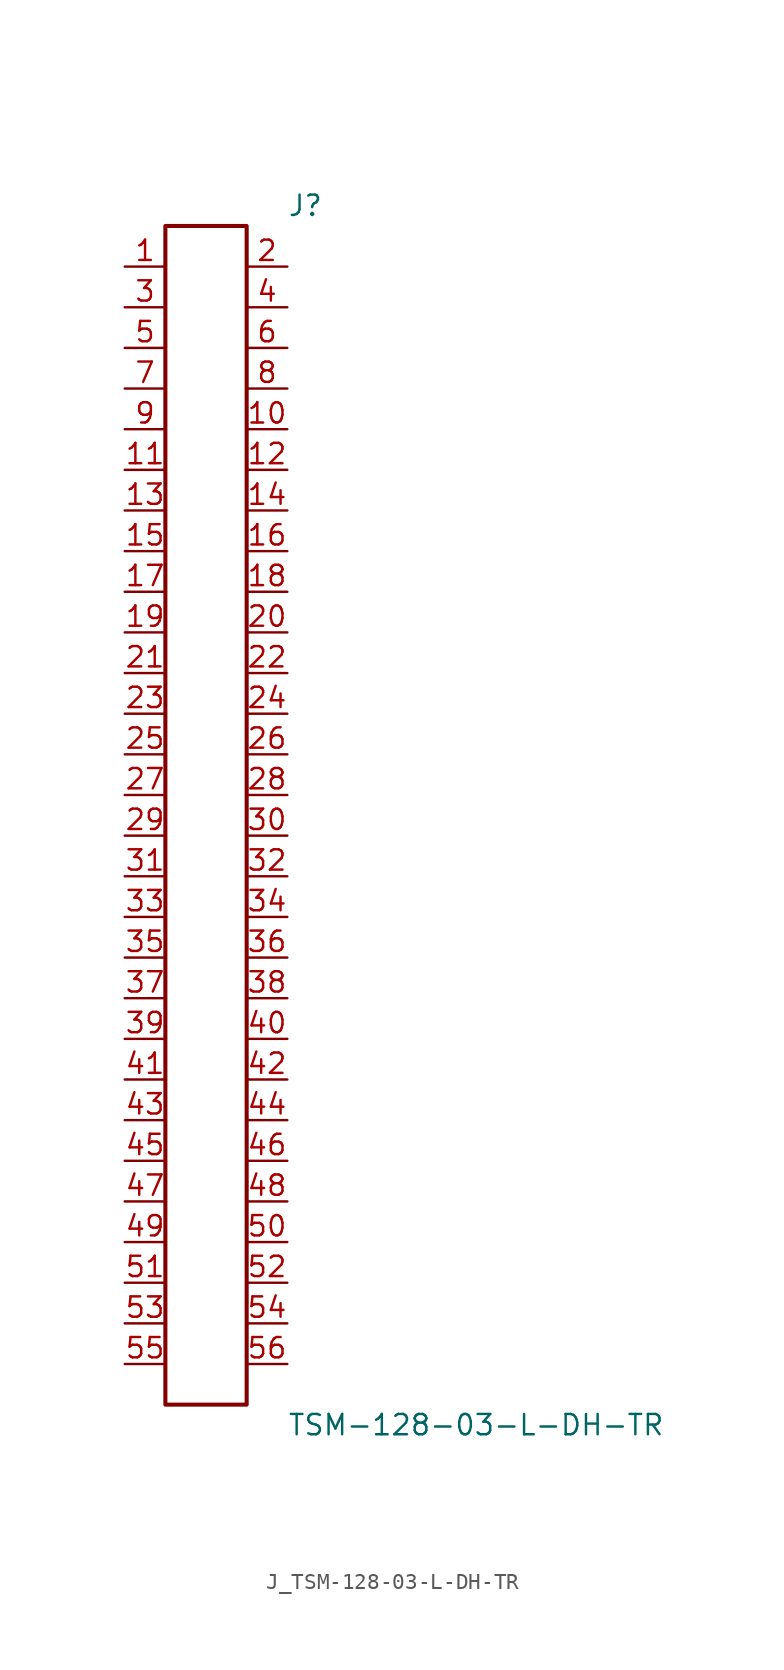
<source format=kicad_sym>
(kicad_symbol_lib
  (version 20231120)
  (generator kicad_symbol_editor)
  (generator_version 8.0)
  (symbol "J_TSM-128-03-L-DH-TR"
    (pin_names
      (offset 0.254))
    (property "Reference" "J"
      (at 5.08 38.1 0)
      (effects (font (size 1.27 1.27)) (justify left)))
    (property "Value" "TSM-128-03-L-DH-TR"
      (at 5.08 -38.1 0)
      (effects (font (size 1.27 1.27)) (justify left)))
    (symbol "J_TSM-128-03-L-DH-TR_0_0"
      (pin passive line (at -5.08 34.29 0) (length 2.54) (name "" (effects (font (size 1.27 1.27)))) (number "1" (effects (font (size 1.27 1.27)))))
      (pin passive line (at 5.08 34.29 180) (length 2.54) (name "" (effects (font (size 1.27 1.27)))) (number "2" (effects (font (size 1.27 1.27)))))
      (pin passive line (at -5.08 31.75 0) (length 2.54) (name "" (effects (font (size 1.27 1.27)))) (number "3" (effects (font (size 1.27 1.27)))))
      (pin passive line (at 5.08 31.75 180) (length 2.54) (name "" (effects (font (size 1.27 1.27)))) (number "4" (effects (font (size 1.27 1.27)))))
      (pin passive line (at -5.08 29.21 0) (length 2.54) (name "" (effects (font (size 1.27 1.27)))) (number "5" (effects (font (size 1.27 1.27)))))
      (pin passive line (at 5.08 29.21 180) (length 2.54) (name "" (effects (font (size 1.27 1.27)))) (number "6" (effects (font (size 1.27 1.27)))))
      (pin passive line (at -5.08 26.67 0) (length 2.54) (name "" (effects (font (size 1.27 1.27)))) (number "7" (effects (font (size 1.27 1.27)))))
      (pin passive line (at 5.08 26.67 180) (length 2.54) (name "" (effects (font (size 1.27 1.27)))) (number "8" (effects (font (size 1.27 1.27)))))
      (pin passive line (at -5.08 24.13 0) (length 2.54) (name "" (effects (font (size 1.27 1.27)))) (number "9" (effects (font (size 1.27 1.27)))))
      (pin passive line (at 5.08 24.13 180) (length 2.54) (name "" (effects (font (size 1.27 1.27)))) (number "10" (effects (font (size 1.27 1.27)))))
      (pin passive line (at -5.08 21.59 0) (length 2.54) (name "" (effects (font (size 1.27 1.27)))) (number "11" (effects (font (size 1.27 1.27)))))
      (pin passive line (at 5.08 21.59 180) (length 2.54) (name "" (effects (font (size 1.27 1.27)))) (number "12" (effects (font (size 1.27 1.27)))))
      (pin passive line (at -5.08 19.05 0) (length 2.54) (name "" (effects (font (size 1.27 1.27)))) (number "13" (effects (font (size 1.27 1.27)))))
      (pin passive line (at 5.08 19.05 180) (length 2.54) (name "" (effects (font (size 1.27 1.27)))) (number "14" (effects (font (size 1.27 1.27)))))
      (pin passive line (at -5.08 16.51 0) (length 2.54) (name "" (effects (font (size 1.27 1.27)))) (number "15" (effects (font (size 1.27 1.27)))))
      (pin passive line (at 5.08 16.51 180) (length 2.54) (name "" (effects (font (size 1.27 1.27)))) (number "16" (effects (font (size 1.27 1.27)))))
      (pin passive line (at -5.08 13.97 0) (length 2.54) (name "" (effects (font (size 1.27 1.27)))) (number "17" (effects (font (size 1.27 1.27)))))
      (pin passive line (at 5.08 13.97 180) (length 2.54) (name "" (effects (font (size 1.27 1.27)))) (number "18" (effects (font (size 1.27 1.27)))))
      (pin passive line (at -5.08 11.43 0) (length 2.54) (name "" (effects (font (size 1.27 1.27)))) (number "19" (effects (font (size 1.27 1.27)))))
      (pin passive line (at 5.08 11.43 180) (length 2.54) (name "" (effects (font (size 1.27 1.27)))) (number "20" (effects (font (size 1.27 1.27)))))
      (pin passive line (at -5.08 8.89 0) (length 2.54) (name "" (effects (font (size 1.27 1.27)))) (number "21" (effects (font (size 1.27 1.27)))))
      (pin passive line (at 5.08 8.89 180) (length 2.54) (name "" (effects (font (size 1.27 1.27)))) (number "22" (effects (font (size 1.27 1.27)))))
      (pin passive line (at -5.08 6.35 0) (length 2.54) (name "" (effects (font (size 1.27 1.27)))) (number "23" (effects (font (size 1.27 1.27)))))
      (pin passive line (at 5.08 6.35 180) (length 2.54) (name "" (effects (font (size 1.27 1.27)))) (number "24" (effects (font (size 1.27 1.27)))))
      (pin passive line (at -5.08 3.81 0) (length 2.54) (name "" (effects (font (size 1.27 1.27)))) (number "25" (effects (font (size 1.27 1.27)))))
      (pin passive line (at 5.08 3.81 180) (length 2.54) (name "" (effects (font (size 1.27 1.27)))) (number "26" (effects (font (size 1.27 1.27)))))
      (pin passive line (at -5.08 1.27 0) (length 2.54) (name "" (effects (font (size 1.27 1.27)))) (number "27" (effects (font (size 1.27 1.27)))))
      (pin passive line (at 5.08 1.27 180) (length 2.54) (name "" (effects (font (size 1.27 1.27)))) (number "28" (effects (font (size 1.27 1.27)))))
      (pin passive line (at -5.08 -1.27 0) (length 2.54) (name "" (effects (font (size 1.27 1.27)))) (number "29" (effects (font (size 1.27 1.27)))))
      (pin passive line (at 5.08 -1.27 180) (length 2.54) (name "" (effects (font (size 1.27 1.27)))) (number "30" (effects (font (size 1.27 1.27)))))
      (pin passive line (at -5.08 -3.81 0) (length 2.54) (name "" (effects (font (size 1.27 1.27)))) (number "31" (effects (font (size 1.27 1.27)))))
      (pin passive line (at 5.08 -3.81 180) (length 2.54) (name "" (effects (font (size 1.27 1.27)))) (number "32" (effects (font (size 1.27 1.27)))))
      (pin passive line (at -5.08 -6.35 0) (length 2.54) (name "" (effects (font (size 1.27 1.27)))) (number "33" (effects (font (size 1.27 1.27)))))
      (pin passive line (at 5.08 -6.35 180) (length 2.54) (name "" (effects (font (size 1.27 1.27)))) (number "34" (effects (font (size 1.27 1.27)))))
      (pin passive line (at -5.08 -8.89 0) (length 2.54) (name "" (effects (font (size 1.27 1.27)))) (number "35" (effects (font (size 1.27 1.27)))))
      (pin passive line (at 5.08 -8.89 180) (length 2.54) (name "" (effects (font (size 1.27 1.27)))) (number "36" (effects (font (size 1.27 1.27)))))
      (pin passive line (at -5.08 -11.43 0) (length 2.54) (name "" (effects (font (size 1.27 1.27)))) (number "37" (effects (font (size 1.27 1.27)))))
      (pin passive line (at 5.08 -11.43 180) (length 2.54) (name "" (effects (font (size 1.27 1.27)))) (number "38" (effects (font (size 1.27 1.27)))))
      (pin passive line (at -5.08 -13.97 0) (length 2.54) (name "" (effects (font (size 1.27 1.27)))) (number "39" (effects (font (size 1.27 1.27)))))
      (pin passive line (at 5.08 -13.97 180) (length 2.54) (name "" (effects (font (size 1.27 1.27)))) (number "40" (effects (font (size 1.27 1.27)))))
      (pin passive line (at -5.08 -16.51 0) (length 2.54) (name "" (effects (font (size 1.27 1.27)))) (number "41" (effects (font (size 1.27 1.27)))))
      (pin passive line (at 5.08 -16.51 180) (length 2.54) (name "" (effects (font (size 1.27 1.27)))) (number "42" (effects (font (size 1.27 1.27)))))
      (pin passive line (at -5.08 -19.05 0) (length 2.54) (name "" (effects (font (size 1.27 1.27)))) (number "43" (effects (font (size 1.27 1.27)))))
      (pin passive line (at 5.08 -19.05 180) (length 2.54) (name "" (effects (font (size 1.27 1.27)))) (number "44" (effects (font (size 1.27 1.27)))))
      (pin passive line (at -5.08 -21.59 0) (length 2.54) (name "" (effects (font (size 1.27 1.27)))) (number "45" (effects (font (size 1.27 1.27)))))
      (pin passive line (at 5.08 -21.59 180) (length 2.54) (name "" (effects (font (size 1.27 1.27)))) (number "46" (effects (font (size 1.27 1.27)))))
      (pin passive line (at -5.08 -24.13 0) (length 2.54) (name "" (effects (font (size 1.27 1.27)))) (number "47" (effects (font (size 1.27 1.27)))))
      (pin passive line (at 5.08 -24.13 180) (length 2.54) (name "" (effects (font (size 1.27 1.27)))) (number "48" (effects (font (size 1.27 1.27)))))
      (pin passive line (at -5.08 -26.67 0) (length 2.54) (name "" (effects (font (size 1.27 1.27)))) (number "49" (effects (font (size 1.27 1.27)))))
      (pin passive line (at 5.08 -26.67 180) (length 2.54) (name "" (effects (font (size 1.27 1.27)))) (number "50" (effects (font (size 1.27 1.27)))))
      (pin passive line (at -5.08 -29.21 0) (length 2.54) (name "" (effects (font (size 1.27 1.27)))) (number "51" (effects (font (size 1.27 1.27)))))
      (pin passive line (at 5.08 -29.21 180) (length 2.54) (name "" (effects (font (size 1.27 1.27)))) (number "52" (effects (font (size 1.27 1.27)))))
      (pin passive line (at -5.08 -31.75 0) (length 2.54) (name "" (effects (font (size 1.27 1.27)))) (number "53" (effects (font (size 1.27 1.27)))))
      (pin passive line (at 5.08 -31.75 180) (length 2.54) (name "" (effects (font (size 1.27 1.27)))) (number "54" (effects (font (size 1.27 1.27)))))
      (pin passive line (at -5.08 -34.29 0) (length 2.54) (name "" (effects (font (size 1.27 1.27)))) (number "55" (effects (font (size 1.27 1.27)))))
      (pin passive line (at 5.08 -34.29 180) (length 2.54) (name "" (effects (font (size 1.27 1.27)))) (number "56" (effects (font (size 1.27 1.27))))))
    (symbol "J_TSM-128-03-L-DH-TR_1_0"
      (rectangle (start -2.54 36.83) (end 2.54 -36.83) (stroke (width 0.254) (type solid)) (fill (type none))))))
</source>
